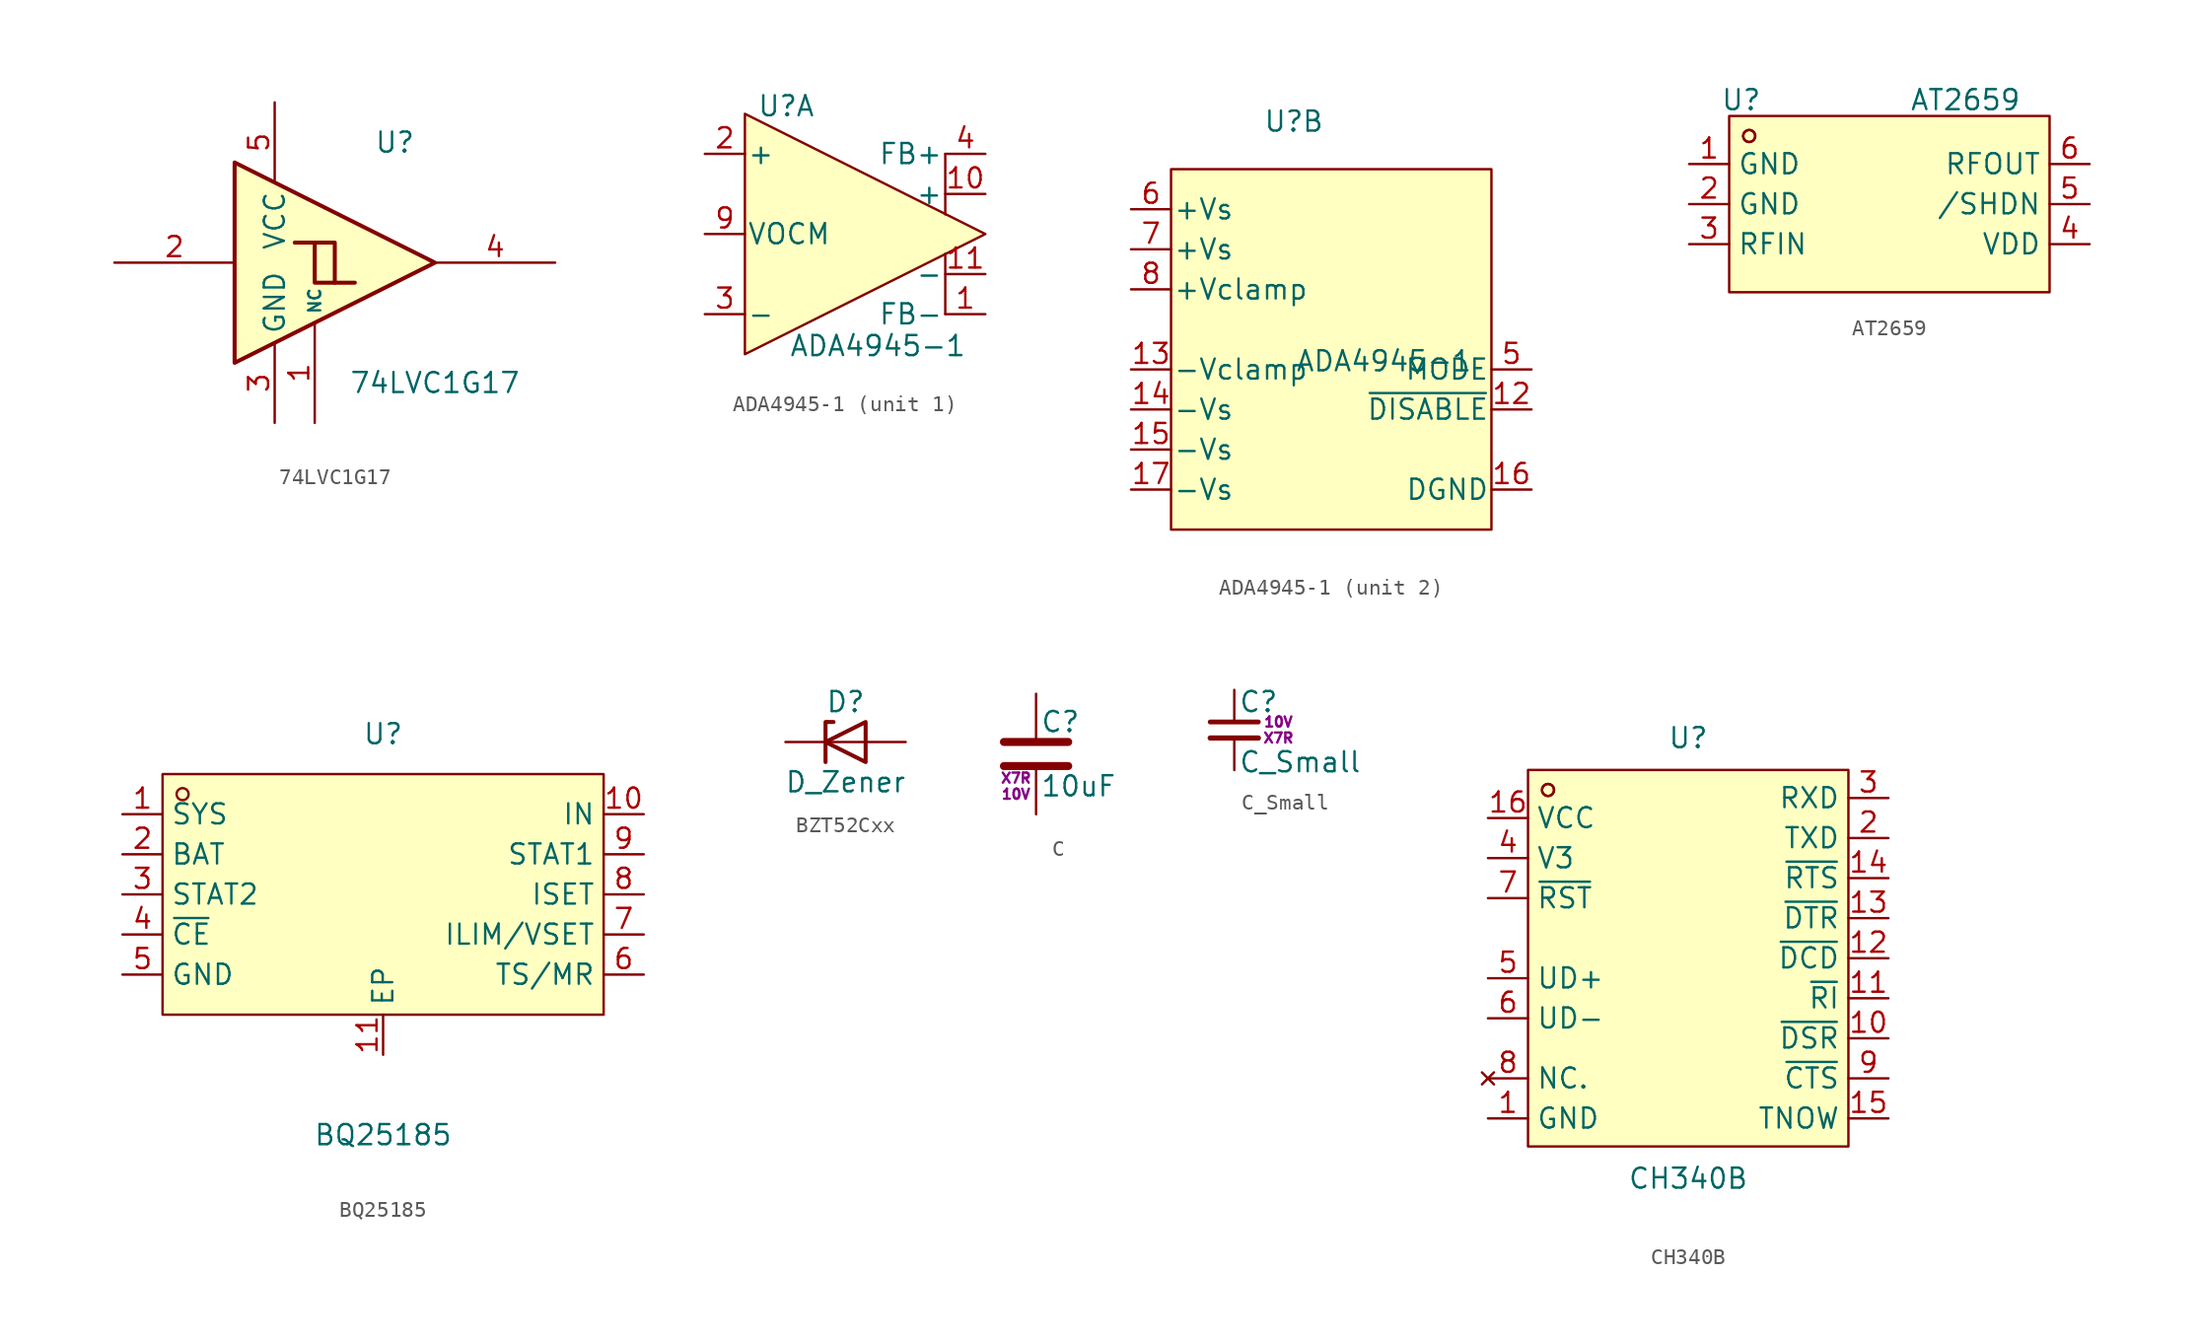
<source format=kicad_sym>
(kicad_symbol_lib
  (version 20241209)
  (generator "kicad_symbol_editor")
  (generator_version "9.0")
  (symbol "74LVC1G17"
    (property "Reference" "U"
      (at 2.54 7.62 0)
      (effects (font (size 1.27 1.27))))
    (property "Value" "74LVC1G17"
      (at 5.08 -7.62 0)
      (effects (font (size 1.27 1.27))))
    (symbol "74LVC1G17_0_1"
      (polyline (pts (xy -7.62 6.35) (xy -7.62 -6.35) (xy 5.08 0) (xy -7.62 6.35)) (stroke (width 0.254) (type default)) (fill (type background)))
      (polyline (pts (xy -3.81 1.27) (xy -2.54 1.27) (xy -2.54 -1.27) (xy 0 -1.27)) (stroke (width 0.254) (type default)) (fill (type background)))
      (polyline (pts (xy -2.54 1.27) (xy -1.27 1.27) (xy -1.27 -1.27)) (stroke (width 0.254) (type default)) (fill (type background))))
    (symbol "74LVC1G17_1_1"
      (pin input line (at -15.24 0 0) (length 7.62) (name "~" (effects (font (size 1.27 1.27)))) (number "2" (effects (font (size 1.27 1.27)))))
      (pin power_in line (at -5.08 10.16 270) (length 5.08) (name "VCC" (effects (font (size 1.27 1.27)))) (number "5" (effects (font (size 1.27 1.27)))))
      (pin power_in line (at -5.08 -10.16 90) (length 5.08) (name "GND" (effects (font (size 1.27 1.27)))) (number "3" (effects (font (size 1.27 1.27)))))
      (pin free line (at -2.54 -10.16 90) (length 6.35) (name "NC" (effects (font (size 0.762 0.762)))) (number "1" (effects (font (size 1.27 1.27)))))
      (pin output line (at 12.7 0 180) (length 7.62) (name "~" (effects (font (size 1.27 1.27)))) (number "4" (effects (font (size 1.27 1.27)))))))
  (symbol "ADA4945-1"
    (pin_names
      (offset 0.127))
    (property "Reference" "U"
      (at -4.318 7.366 0)
      (effects (font (size 1.27 1.27)) (justify left bottom)))
    (property "Value" "ADA4945-1"
      (at -2.286 -6.35 0)
      (effects (font (size 1.27 1.27)) (justify left top)))
    (property "ki_locked" ""
      (at 0 0 0)
      (effects (font (size 1.27 1.27))))
    (symbol "ADA4945-1_1_1"
      (polyline (pts (xy -5.08 7.62) (xy -5.08 -7.62) (xy 10.16 0) (xy -5.08 7.62)) (stroke (width 0) (type solid)) (fill (type background)))
      (polyline (pts (xy 7.62 5.08) (xy 7.62 1.247)) (stroke (width 0) (type default)) (fill (type none)))
      (polyline (pts (xy 7.62 -5.08) (xy 7.62 -1.247)) (stroke (width 0) (type default)) (fill (type none)))
      (pin input line (at -7.62 5.08 0) (length 2.54) (name "+" (effects (font (size 1.27 1.27)))) (number "2" (effects (font (size 1.27 1.27)))))
      (pin input line (at -7.62 0 0) (length 2.54) (name "VOCM" (effects (font (size 1.27 1.27)))) (number "9" (effects (font (size 1.27 1.27)))))
      (pin input line (at -7.62 -5.08 0) (length 2.54) (name "-" (effects (font (size 1.27 1.27)))) (number "3" (effects (font (size 1.27 1.27)))))
      (pin output line (at 10.16 5.08 180) (length 2.54) (name "FB+" (effects (font (size 1.27 1.27)))) (number "4" (effects (font (size 1.27 1.27)))))
      (pin output line (at 10.16 2.54 180) (length 2.54) (name "+" (effects (font (size 1.27 1.27)))) (number "10" (effects (font (size 1.27 1.27)))))
      (pin output line (at 10.16 -2.54 180) (length 2.54) (name "-" (effects (font (size 1.27 1.27)))) (number "11" (effects (font (size 1.27 1.27)))))
      (pin output line (at 10.16 -5.08 180) (length 2.54) (name "FB-" (effects (font (size 1.27 1.27)))) (number "1" (effects (font (size 1.27 1.27))))))
    (symbol "ADA4945-1_2_0"
      (pin output line (at 12.7 -10.16 180) (length 2.54) (name "~{DISABLE}" (effects (font (size 1.27 1.27)))) (number "12" (effects (font (size 1.27 1.27))))))
    (symbol "ADA4945-1_2_1"
      (rectangle (start -10.16 5.08) (end 10.16 -17.78) (stroke (width 0) (type solid)) (fill (type background)))
      (pin power_in line (at -12.7 2.54 0) (length 2.54) (name "+Vs" (effects (font (size 1.27 1.27)))) (number "6" (effects (font (size 1.27 1.27)))))
      (pin power_in line (at -12.7 0 0) (length 2.54) (name "+Vs" (effects (font (size 1.27 1.27)))) (number "7" (effects (font (size 1.27 1.27)))))
      (pin power_in line (at -12.7 -2.54 0) (length 2.54) (name "+Vclamp" (effects (font (size 1.27 1.27)))) (number "8" (effects (font (size 1.27 1.27)))))
      (pin power_in line (at -12.7 -7.62 0) (length 2.54) (name "-Vclamp" (effects (font (size 1.27 1.27)))) (number "13" (effects (font (size 1.27 1.27)))))
      (pin power_in line (at -12.7 -10.16 0) (length 2.54) (name "-Vs" (effects (font (size 1.27 1.27)))) (number "14" (effects (font (size 1.27 1.27)))))
      (pin power_in line (at -12.7 -12.7 0) (length 2.54) (name "-Vs" (effects (font (size 1.27 1.27)))) (number "15" (effects (font (size 1.27 1.27)))))
      (pin power_in line (at -12.7 -15.24 0) (length 2.54) (name "-Vs" (effects (font (size 1.27 1.27)))) (number "17" (effects (font (size 1.27 1.27)))))
      (pin output line (at 12.7 -7.62 180) (length 2.54) (name "MODE" (effects (font (size 1.27 1.27)))) (number "5" (effects (font (size 1.27 1.27)))))
      (pin power_in line (at 12.7 -15.24 180) (length 2.54) (name "DGND" (effects (font (size 1.27 1.27)))) (number "16" (effects (font (size 1.27 1.27)))))))
  (symbol "AT2659"
    (property "Reference" "U"
      (at -9.398 6.604 0)
      (effects (font (size 1.27 1.27))))
    (property "Value" "AT2659"
      (at 4.826 6.604 0)
      (effects (font (size 1.27 1.27))))
    (symbol "AT2659_0_1"
      (rectangle (start -10.16 5.59) (end 10.16 -5.59) (stroke (width 0) (type default)) (fill (type background)))
      (circle (center -8.89 4.32) (radius 0.38) (stroke (width 0) (type default)) (fill (type none)))
      (circle (center -8.89 4.32) (radius 0.38) (stroke (width 0) (type default)) (fill (type none))))
    (symbol "AT2659_1_1"
      (pin power_in line (at -12.7 2.54 0) (length 2.54) (name "GND" (effects (font (size 1.27 1.27)))) (number "1" (effects (font (size 1.27 1.27)))))
      (pin power_in line (at -12.7 0 0) (length 2.54) (name "GND" (effects (font (size 1.27 1.27)))) (number "2" (effects (font (size 1.27 1.27)))))
      (pin passive line (at -12.7 -2.54 0) (length 2.54) (name "RFIN" (effects (font (size 1.27 1.27)))) (number "3" (effects (font (size 1.27 1.27)))))
      (pin passive line (at 12.7 2.54 180) (length 2.54) (name "RFOUT" (effects (font (size 1.27 1.27)))) (number "6" (effects (font (size 1.27 1.27)))))
      (pin input line (at 12.7 0 180) (length 2.54) (name "/SHDN" (effects (font (size 1.27 1.27)))) (number "5" (effects (font (size 1.27 1.27)))))
      (pin power_in line (at 12.7 -2.54 180) (length 2.54) (name "VDD" (effects (font (size 1.27 1.27)))) (number "4" (effects (font (size 1.27 1.27)))))))
  (symbol "BQ25185"
    (property "Reference" "U"
      (at 0 10.16 0)
      (effects (font (size 1.27 1.27))))
    (property "Value" "BQ25185"
      (at 0 -15.24 0)
      (effects (font (size 1.27 1.27))))
    (symbol "BQ25185_0_1"
      (rectangle (start -13.97 7.62) (end 13.97 -7.62) (stroke (width 0) (type default)) (fill (type background)))
      (circle (center -12.7 6.35) (radius 0.38) (stroke (width 0) (type default)) (fill (type none)))
      (pin unspecified line (at -16.51 5.08 0) (length 2.54) (name "SYS" (effects (font (size 1.27 1.27)))) (number "1" (effects (font (size 1.27 1.27)))))
      (pin unspecified line (at -16.51 2.54 0) (length 2.54) (name "BAT" (effects (font (size 1.27 1.27)))) (number "2" (effects (font (size 1.27 1.27)))))
      (pin unspecified line (at -16.51 0 0) (length 2.54) (name "STAT2" (effects (font (size 1.27 1.27)))) (number "3" (effects (font (size 1.27 1.27)))))
      (pin unspecified line (at -16.51 -2.54 0) (length 2.54) (name "~{CE}" (effects (font (size 1.27 1.27)))) (number "4" (effects (font (size 1.27 1.27)))))
      (pin unspecified line (at -16.51 -5.08 0) (length 2.54) (name "GND" (effects (font (size 1.27 1.27)))) (number "5" (effects (font (size 1.27 1.27)))))
      (pin unspecified line (at 0 -10.16 90) (length 2.54) (name "EP" (effects (font (size 1.27 1.27)))) (number "11" (effects (font (size 1.27 1.27)))))
      (pin unspecified line (at 16.51 5.08 180) (length 2.54) (name "IN" (effects (font (size 1.27 1.27)))) (number "10" (effects (font (size 1.27 1.27)))))
      (pin unspecified line (at 16.51 2.54 180) (length 2.54) (name "STAT1" (effects (font (size 1.27 1.27)))) (number "9" (effects (font (size 1.27 1.27)))))
      (pin unspecified line (at 16.51 0 180) (length 2.54) (name "ISET" (effects (font (size 1.27 1.27)))) (number "8" (effects (font (size 1.27 1.27)))))
      (pin unspecified line (at 16.51 -2.54 180) (length 2.54) (name "ILIM/VSET" (effects (font (size 1.27 1.27)))) (number "7" (effects (font (size 1.27 1.27)))))
      (pin unspecified line (at 16.51 -5.08 180) (length 2.54) (name "TS/MR" (effects (font (size 1.27 1.27)))) (number "6" (effects (font (size 1.27 1.27)))))))
  (symbol "BZT52Cxx"
    (pin_numbers
      (hide yes))
    (pin_names
      (offset 1.016)
      (hide yes))
    (property "Reference" "D"
      (at 0 2.54 0)
      (effects (font (size 1.27 1.27))))
    (property "Value" "D_Zener"
      (at 0 -2.54 0)
      (effects (font (size 1.27 1.27))))
    (symbol "BZT52Cxx_0_1"
      (polyline (pts (xy -1.27 -1.27) (xy -1.27 1.27) (xy -0.762 1.27)) (stroke (width 0.254) (type default)) (fill (type none)))
      (polyline (pts (xy 1.27 0) (xy -1.27 0)) (stroke (width 0) (type default)) (fill (type none)))
      (polyline (pts (xy 1.27 -1.27) (xy 1.27 1.27) (xy -1.27 0) (xy 1.27 -1.27)) (stroke (width 0.254) (type default)) (fill (type none))))
    (symbol "BZT52Cxx_1_1"
      (pin passive line (at -3.81 0 0) (length 2.54) (name "K" (effects (font (size 1.27 1.27)))) (number "1" (effects (font (size 1.27 1.27)))))
      (pin passive line (at 3.81 0 180) (length 2.54) (name "A" (effects (font (size 1.27 1.27)))) (number "2" (effects (font (size 1.27 1.27)))))))
  (symbol "C"
    (pin_numbers
      (hide yes))
    (pin_names
      (offset 0)
      (hide yes))
    (property "Reference" "C"
      (at 0.254 2.032 0)
      (do_not_autoplace)
      (effects (font (size 1.27 1.27)) (justify left)))
    (property "Value" "10uF"
      (at 0.254 -2.032 0)
      (do_not_autoplace)
      (effects (font (size 1.27 1.27)) (justify left)))
    (property "Dielectric" "X7R"
      (at -1.27 -1.524 0)
      (do_not_autoplace)
      (effects (font (size 0.635 0.635))))
    (property "Voltage" "10V"
      (at -1.27 -2.54 0)
      (do_not_autoplace)
      (effects (font (size 0.635 0.635))))
    (symbol "C_0_1"
      (polyline (pts (xy -2.032 0.762) (xy 2.032 0.762)) (stroke (width 0.508) (type default)) (fill (type none)))
      (polyline (pts (xy -2.032 -0.762) (xy 2.032 -0.762)) (stroke (width 0.508) (type default)) (fill (type none))))
    (symbol "C_1_1"
      (pin passive line (at 0 3.81 270) (length 2.794) (name "~" (effects (font (size 1.27 1.27)))) (number "1" (effects (font (size 1.27 1.27)))))
      (pin passive line (at 0 -3.81 90) (length 2.794) (name "~" (effects (font (size 1.27 1.27)))) (number "2" (effects (font (size 1.27 1.27)))))))
  (symbol "C_Small"
    (pin_numbers
      (hide yes))
    (pin_names
      (offset 0.254)
      (hide yes))
    (property "Reference" "C"
      (at 0.254 1.778 0)
      (effects (font (size 1.27 1.27)) (justify left)))
    (property "Value" "C_Small"
      (at 0.254 -2.032 0)
      (effects (font (size 1.27 1.27)) (justify left)))
    (property "Dielectic" "X7R"
      (at 2.794 -0.508 0)
      (do_not_autoplace)
      (effects (font (size 0.635 0.635))))
    (property "Voltage" "10V"
      (at 2.794 0.508 0)
      (do_not_autoplace)
      (effects (font (size 0.635 0.635))))
    (symbol "C_Small_0_1"
      (polyline (pts (xy -1.524 0.508) (xy 1.524 0.508)) (stroke (width 0.305) (type default)) (fill (type none)))
      (polyline (pts (xy -1.524 -0.508) (xy 1.524 -0.508)) (stroke (width 0.33) (type default)) (fill (type none))))
    (symbol "C_Small_1_1"
      (pin passive line (at 0 2.54 270) (length 2.032) (name "~" (effects (font (size 1.27 1.27)))) (number "1" (effects (font (size 1.27 1.27)))))
      (pin passive line (at 0 -2.54 90) (length 2.032) (name "~" (effects (font (size 1.27 1.27)))) (number "2" (effects (font (size 1.27 1.27)))))))
  (symbol "CH340B"
    (property "Reference" "U"
      (at 0 13.97 0)
      (effects (font (size 1.27 1.27))))
    (property "Value" "CH340B"
      (at 0 -13.97 0)
      (effects (font (size 1.27 1.27))))
    (symbol "CH340B_0_1"
      (rectangle (start -10.16 11.94) (end 10.16 -11.94) (stroke (width 0) (type default)) (fill (type background)))
      (circle (center -8.89 10.67) (radius 0.38) (stroke (width 0) (type default)) (fill (type none)))
      (circle (center -8.89 10.67) (radius 0.38) (stroke (width 0) (type default)) (fill (type none)))
      (pin unspecified line (at -12.7 8.89 0) (length 2.54) (name "VCC" (effects (font (size 1.27 1.27)))) (number "16" (effects (font (size 1.27 1.27)))))
      (pin unspecified line (at -12.7 6.35 0) (length 2.54) (name "V3" (effects (font (size 1.27 1.27)))) (number "4" (effects (font (size 1.27 1.27)))))
      (pin unspecified line (at -12.7 3.81 0) (length 2.54) (name "~{RST}" (effects (font (size 1.27 1.27)))) (number "7" (effects (font (size 1.27 1.27)))))
      (pin unspecified line (at -12.7 -1.27 0) (length 2.54) (name "UD+" (effects (font (size 1.27 1.27)))) (number "5" (effects (font (size 1.27 1.27)))))
      (pin unspecified line (at -12.7 -3.81 0) (length 2.54) (name "UD-" (effects (font (size 1.27 1.27)))) (number "6" (effects (font (size 1.27 1.27)))))
      (pin unspecified line (at 12.7 10.16 180) (length 2.54) (name "RXD" (effects (font (size 1.27 1.27)))) (number "3" (effects (font (size 1.27 1.27)))))
      (pin unspecified line (at 12.7 7.62 180) (length 2.54) (name "TXD" (effects (font (size 1.27 1.27)))) (number "2" (effects (font (size 1.27 1.27)))))
      (pin unspecified line (at 12.7 5.08 180) (length 2.54) (name "~{RTS}" (effects (font (size 1.27 1.27)))) (number "14" (effects (font (size 1.27 1.27)))))
      (pin unspecified line (at 12.7 2.54 180) (length 2.54) (name "~{DTR}" (effects (font (size 1.27 1.27)))) (number "13" (effects (font (size 1.27 1.27)))))
      (pin unspecified line (at 12.7 0 180) (length 2.54) (name "~{DCD}" (effects (font (size 1.27 1.27)))) (number "12" (effects (font (size 1.27 1.27)))))
      (pin unspecified line (at 12.7 -2.54 180) (length 2.54) (name "~{RI}" (effects (font (size 1.27 1.27)))) (number "11" (effects (font (size 1.27 1.27)))))
      (pin unspecified line (at 12.7 -5.08 180) (length 2.54) (name "~{DSR}" (effects (font (size 1.27 1.27)))) (number "10" (effects (font (size 1.27 1.27)))))
      (pin unspecified line (at 12.7 -7.62 180) (length 2.54) (name "~{CTS}" (effects (font (size 1.27 1.27)))) (number "9" (effects (font (size 1.27 1.27)))))
      (pin unspecified line (at 12.7 -10.16 180) (length 2.54) (name "TNOW" (effects (font (size 1.27 1.27)))) (number "15" (effects (font (size 1.27 1.27))))))
    (symbol "CH340B_1_1"
      (pin no_connect line (at -12.7 -7.62 0) (length 2.54) (name "NC." (effects (font (size 1.27 1.27)))) (number "8" (effects (font (size 1.27 1.27)))))
      (pin power_in line (at -12.7 -10.16 0) (length 2.54) (name "GND" (effects (font (size 1.27 1.27)))) (number "1" (effects (font (size 1.27 1.27))))))))
</source>
